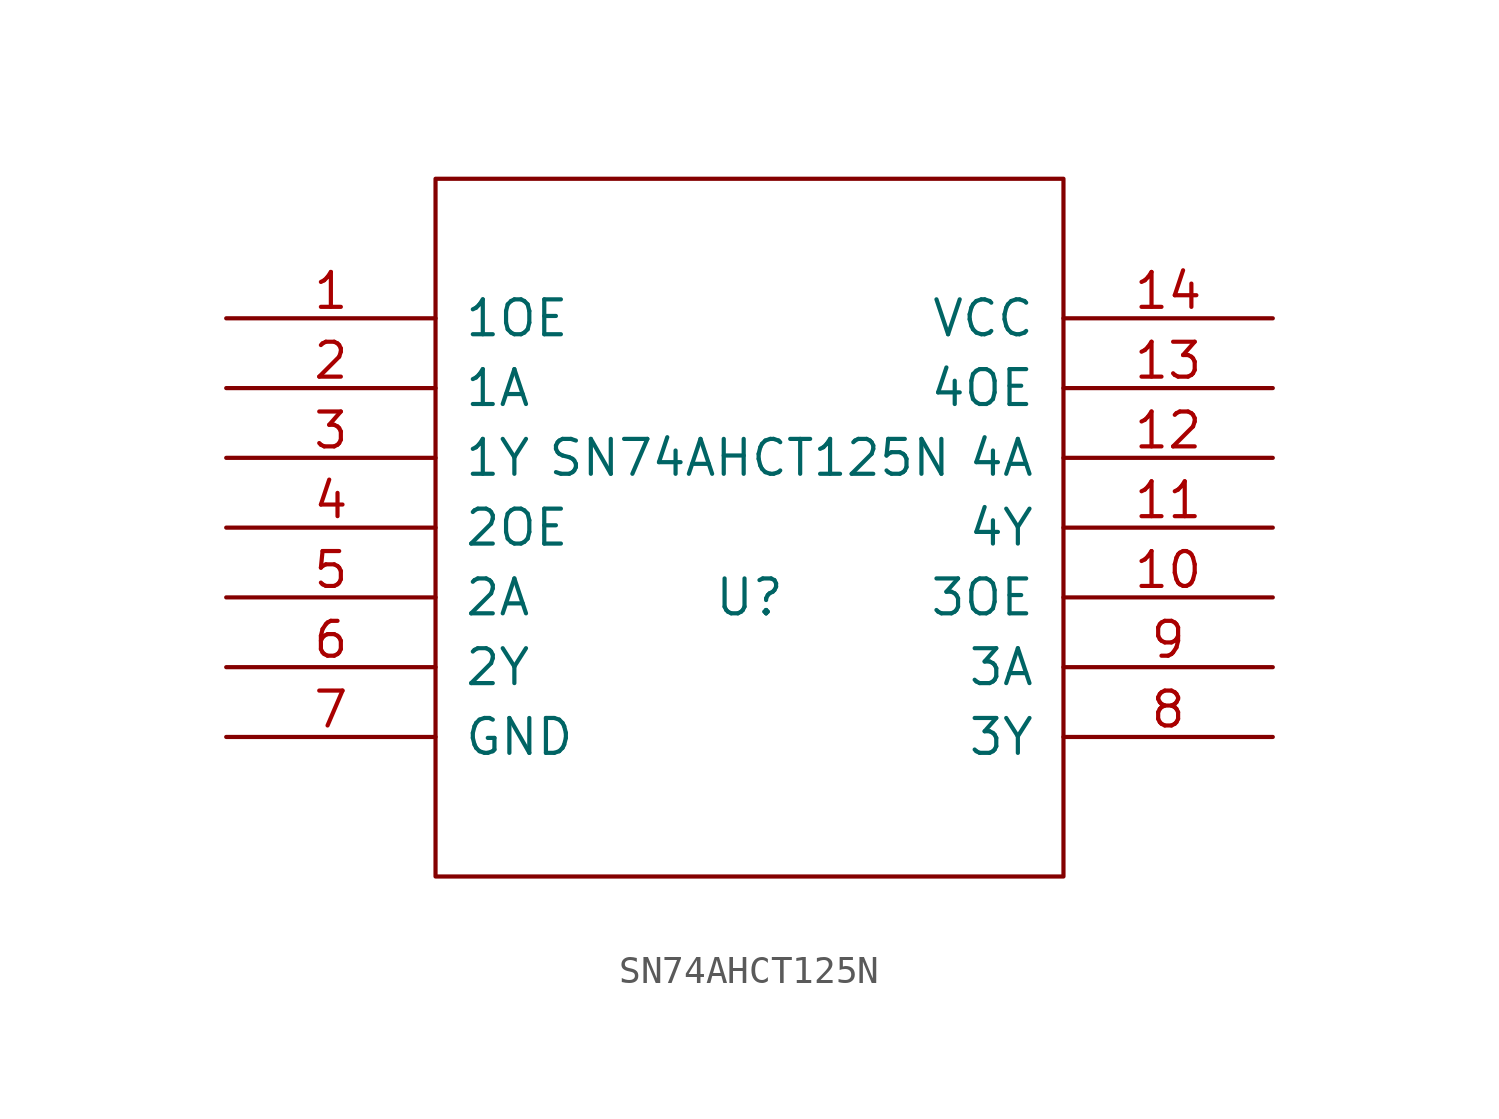
<source format=kicad_sym>
(kicad_symbol_lib
  (version 20241209)
  (generator "kicad_symbol_editor")
  (generator_version "9.0")
  (symbol "SN74AHCT125N"
    (pin_names
      (offset 1.016))
    (property "Reference" "U"
      (at 0 -2.54 0)
      (effects (font (size 1.27 1.27))))
    (property "Value" "SN74AHCT125N"
      (at 0 2.54 0)
      (effects (font (size 1.27 1.27))))
    (symbol "SN74AHCT125N_1_0"
      (rectangle (start -11.43 -12.7) (end 11.43 12.7) (stroke (width 0) (type solid)) (fill (type none))))
    (symbol "SN74AHCT125N_1_1"
      (pin input line (at -19.05 7.62 0) (length 7.62) (name "1OE" (effects (font (size 1.27 1.27)))) (number "1" (effects (font (size 1.27 1.27)))))
      (pin input line (at -19.05 5.08 0) (length 7.62) (name "1A" (effects (font (size 1.27 1.27)))) (number "2" (effects (font (size 1.27 1.27)))))
      (pin input line (at -19.05 2.54 0) (length 7.62) (name "1Y" (effects (font (size 1.27 1.27)))) (number "3" (effects (font (size 1.27 1.27)))))
      (pin input line (at -19.05 0 0) (length 7.62) (name "2OE" (effects (font (size 1.27 1.27)))) (number "4" (effects (font (size 1.27 1.27)))))
      (pin input line (at -19.05 -2.54 0) (length 7.62) (name "2A" (effects (font (size 1.27 1.27)))) (number "5" (effects (font (size 1.27 1.27)))))
      (pin input line (at -19.05 -5.08 0) (length 7.62) (name "2Y" (effects (font (size 1.27 1.27)))) (number "6" (effects (font (size 1.27 1.27)))))
      (pin input line (at -19.05 -7.62 0) (length 7.62) (name "GND" (effects (font (size 1.27 1.27)))) (number "7" (effects (font (size 1.27 1.27)))))
      (pin input line (at 19.05 7.62 180) (length 7.62) (name "VCC" (effects (font (size 1.27 1.27)))) (number "14" (effects (font (size 1.27 1.27)))))
      (pin input line (at 19.05 5.08 180) (length 7.62) (name "4OE" (effects (font (size 1.27 1.27)))) (number "13" (effects (font (size 1.27 1.27)))))
      (pin input line (at 19.05 2.54 180) (length 7.62) (name "4A" (effects (font (size 1.27 1.27)))) (number "12" (effects (font (size 1.27 1.27)))))
      (pin input line (at 19.05 0 180) (length 7.62) (name "4Y" (effects (font (size 1.27 1.27)))) (number "11" (effects (font (size 1.27 1.27)))))
      (pin input line (at 19.05 -2.54 180) (length 7.62) (name "3OE" (effects (font (size 1.27 1.27)))) (number "10" (effects (font (size 1.27 1.27)))))
      (pin input line (at 19.05 -5.08 180) (length 7.62) (name "3A" (effects (font (size 1.27 1.27)))) (number "9" (effects (font (size 1.27 1.27)))))
      (pin input line (at 19.05 -7.62 180) (length 7.62) (name "3Y" (effects (font (size 1.27 1.27)))) (number "8" (effects (font (size 1.27 1.27))))))))
</source>
